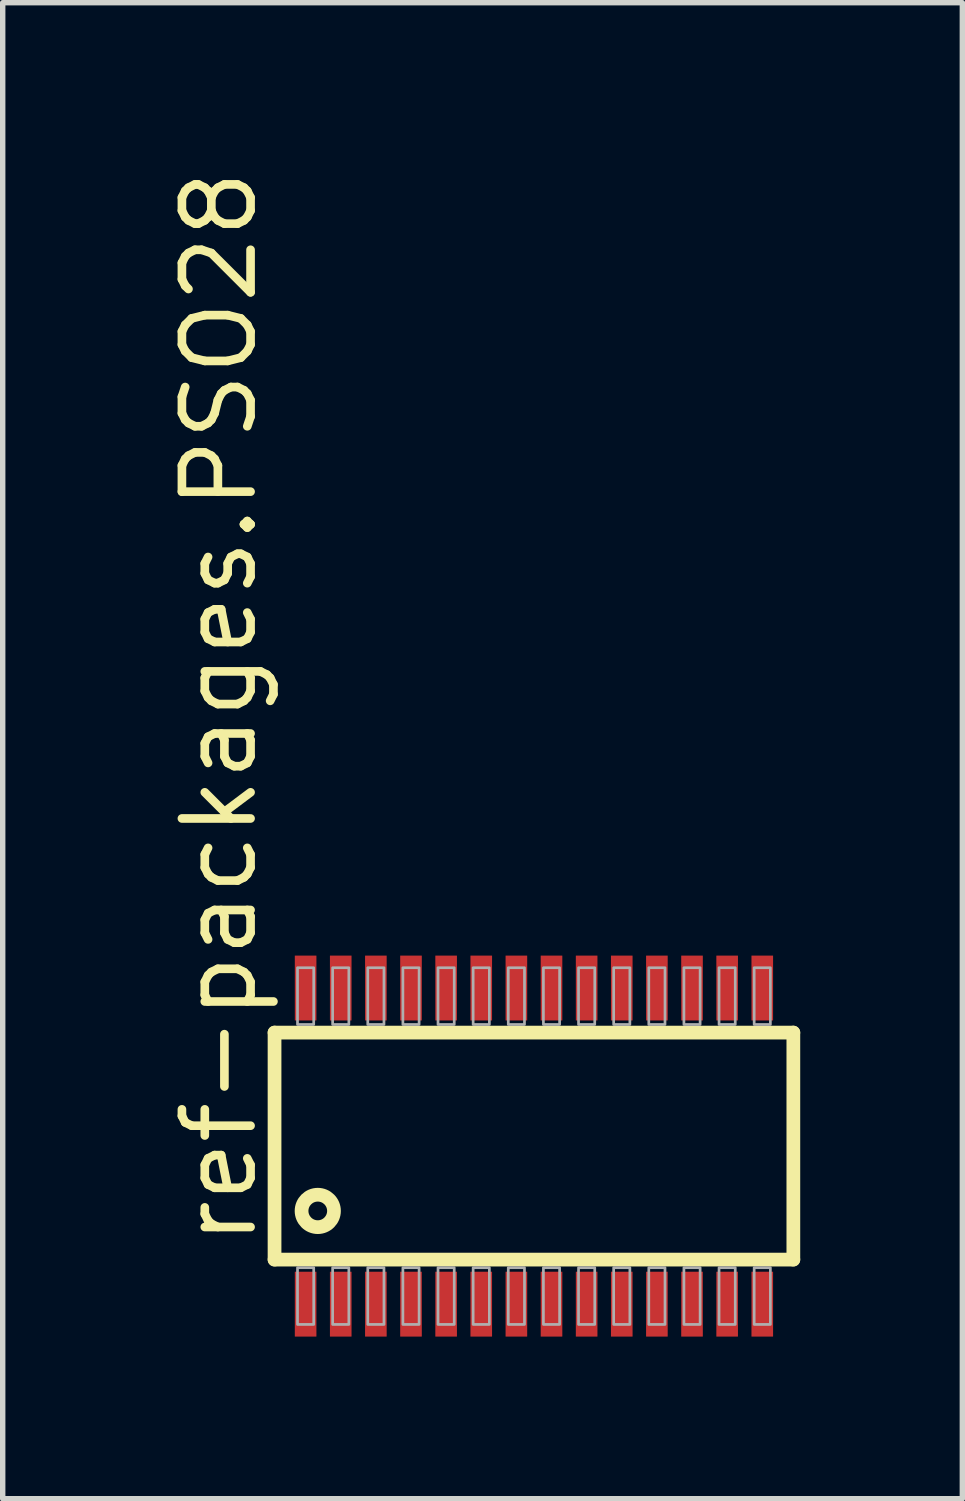
<source format=kicad_pcb>
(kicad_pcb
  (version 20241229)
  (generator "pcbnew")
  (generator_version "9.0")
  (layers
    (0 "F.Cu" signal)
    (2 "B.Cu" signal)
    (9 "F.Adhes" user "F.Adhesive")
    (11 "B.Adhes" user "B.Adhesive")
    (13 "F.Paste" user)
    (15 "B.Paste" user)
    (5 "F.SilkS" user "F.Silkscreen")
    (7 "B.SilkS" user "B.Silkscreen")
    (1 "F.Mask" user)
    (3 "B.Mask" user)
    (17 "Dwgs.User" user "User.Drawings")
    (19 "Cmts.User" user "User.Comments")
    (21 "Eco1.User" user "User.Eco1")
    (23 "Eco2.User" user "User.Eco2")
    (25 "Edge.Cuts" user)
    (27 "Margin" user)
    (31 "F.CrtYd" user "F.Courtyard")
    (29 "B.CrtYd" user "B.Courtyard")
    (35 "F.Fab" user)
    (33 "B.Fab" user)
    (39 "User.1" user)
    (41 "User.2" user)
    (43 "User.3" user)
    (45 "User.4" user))
  (footprint "ref-packages.PSO28"
    (layer "F.Cu")
    (at 6.83 18.157)
    (property "Reference" "ref-packages.PSO28" (at -5.08 1.905 90) (layer "F.SilkS") (effects (font (size 1.27 1.27) (thickness 0.16)) (justify left bottom)))
    (attr smd)
    (fp_line (start -4.8 -2.1) (end 4.8 -2.1) (stroke (width 0.254) (type default)) (layer "F.SilkS"))
    (fp_line (start -4.8 2.1) (end -4.8 -2.1) (stroke (width 0.254) (type default)) (layer "F.SilkS"))
    (fp_line (start 4.8 -2.1) (end 4.8 2.1) (stroke (width 0.254) (type default)) (layer "F.SilkS"))
    (fp_line (start 4.8 2.1) (end -4.8 2.1) (stroke (width 0.254) (type default)) (layer "F.SilkS"))
    (fp_circle (center -4 1.2) (end -3.7 1.2) (stroke (width 0.254) (type default)) (fill no) (layer "F.SilkS"))
    (fp_rect (start -4.375 -2.25) (end -4.075 -3.3) (stroke (width 0.05) (type default)) (fill no) (layer "F.Fab"))
    (fp_rect (start -4.375 3.3) (end -4.075 2.25) (stroke (width 0.05) (type default)) (fill no) (layer "F.Fab"))
    (fp_rect (start -3.725 -2.25) (end -3.425 -3.3) (stroke (width 0.05) (type default)) (fill no) (layer "F.Fab"))
    (fp_rect (start -3.725 3.3) (end -3.425 2.25) (stroke (width 0.05) (type default)) (fill no) (layer "F.Fab"))
    (fp_rect (start -3.075 -2.25) (end -2.775 -3.3) (stroke (width 0.05) (type default)) (fill no) (layer "F.Fab"))
    (fp_rect (start -3.075 3.3) (end -2.775 2.25) (stroke (width 0.05) (type default)) (fill no) (layer "F.Fab"))
    (fp_rect (start -2.425 -2.25) (end -2.125 -3.3) (stroke (width 0.05) (type default)) (fill no) (layer "F.Fab"))
    (fp_rect (start -2.425 3.3) (end -2.125 2.25) (stroke (width 0.05) (type default)) (fill no) (layer "F.Fab"))
    (fp_rect (start -1.775 -2.25) (end -1.475 -3.3) (stroke (width 0.05) (type default)) (fill no) (layer "F.Fab"))
    (fp_rect (start -1.775 3.3) (end -1.475 2.25) (stroke (width 0.05) (type default)) (fill no) (layer "F.Fab"))
    (fp_rect (start -1.125 -2.25) (end -0.825 -3.3) (stroke (width 0.05) (type default)) (fill no) (layer "F.Fab"))
    (fp_rect (start -1.125 3.3) (end -0.825 2.25) (stroke (width 0.05) (type default)) (fill no) (layer "F.Fab"))
    (fp_rect (start -0.475 -2.25) (end -0.175 -3.3) (stroke (width 0.05) (type default)) (fill no) (layer "F.Fab"))
    (fp_rect (start -0.475 3.3) (end -0.175 2.25) (stroke (width 0.05) (type default)) (fill no) (layer "F.Fab"))
    (fp_rect (start 0.175 -2.25) (end 0.475 -3.3) (stroke (width 0.05) (type default)) (fill no) (layer "F.Fab"))
    (fp_rect (start 0.175 3.3) (end 0.475 2.25) (stroke (width 0.05) (type default)) (fill no) (layer "F.Fab"))
    (fp_rect (start 0.825 -2.25) (end 1.125 -3.3) (stroke (width 0.05) (type default)) (fill no) (layer "F.Fab"))
    (fp_rect (start 0.825 3.3) (end 1.125 2.25) (stroke (width 0.05) (type default)) (fill no) (layer "F.Fab"))
    (fp_rect (start 1.475 -2.25) (end 1.775 -3.3) (stroke (width 0.05) (type default)) (fill no) (layer "F.Fab"))
    (fp_rect (start 1.475 3.3) (end 1.775 2.25) (stroke (width 0.05) (type default)) (fill no) (layer "F.Fab"))
    (fp_rect (start 2.125 -2.25) (end 2.425 -3.3) (stroke (width 0.05) (type default)) (fill no) (layer "F.Fab"))
    (fp_rect (start 2.125 3.3) (end 2.425 2.25) (stroke (width 0.05) (type default)) (fill no) (layer "F.Fab"))
    (fp_rect (start 2.775 -2.25) (end 3.075 -3.3) (stroke (width 0.05) (type default)) (fill no) (layer "F.Fab"))
    (fp_rect (start 2.775 3.3) (end 3.075 2.25) (stroke (width 0.05) (type default)) (fill no) (layer "F.Fab"))
    (fp_rect (start 3.425 -2.25) (end 3.725 -3.3) (stroke (width 0.05) (type default)) (fill no) (layer "F.Fab"))
    (fp_rect (start 3.425 3.3) (end 3.725 2.25) (stroke (width 0.05) (type default)) (fill no) (layer "F.Fab"))
    (fp_rect (start 4.075 -2.25) (end 4.375 -3.3) (stroke (width 0.05) (type default)) (fill no) (layer "F.Fab"))
    (fp_rect (start 4.075 3.3) (end 4.375 2.25) (stroke (width 0.05) (type default)) (fill no) (layer "F.Fab"))
    (pad "1" smd roundrect (at -4.225 2.925) (size 0.4 1.2) (layers "F.Cu" "F.Mask" "F.Paste") (roundrect_rratio 0.01))
    (pad "2" smd roundrect (at -3.575 2.925) (size 0.4 1.2) (layers "F.Cu" "F.Mask" "F.Paste") (roundrect_rratio 0.01))
    (pad "3" smd roundrect (at -2.925 2.925) (size 0.4 1.2) (layers "F.Cu" "F.Mask" "F.Paste") (roundrect_rratio 0.01))
    (pad "4" smd roundrect (at -2.275 2.925) (size 0.4 1.2) (layers "F.Cu" "F.Mask" "F.Paste") (roundrect_rratio 0.01))
    (pad "5" smd roundrect (at -1.625 2.925) (size 0.4 1.2) (layers "F.Cu" "F.Mask" "F.Paste") (roundrect_rratio 0.01))
    (pad "6" smd roundrect (at -0.975 2.925) (size 0.4 1.2) (layers "F.Cu" "F.Mask" "F.Paste") (roundrect_rratio 0.01))
    (pad "7" smd roundrect (at -0.325 2.925) (size 0.4 1.2) (layers "F.Cu" "F.Mask" "F.Paste") (roundrect_rratio 0.01))
    (pad "8" smd roundrect (at 0.325 2.925) (size 0.4 1.2) (layers "F.Cu" "F.Mask" "F.Paste") (roundrect_rratio 0.01))
    (pad "9" smd roundrect (at 0.975 2.925) (size 0.4 1.2) (layers "F.Cu" "F.Mask" "F.Paste") (roundrect_rratio 0.01))
    (pad "10" smd roundrect (at 1.625 2.925) (size 0.4 1.2) (layers "F.Cu" "F.Mask" "F.Paste") (roundrect_rratio 0.01))
    (pad "11" smd roundrect (at 2.275 2.925) (size 0.4 1.2) (layers "F.Cu" "F.Mask" "F.Paste") (roundrect_rratio 0.01))
    (pad "12" smd roundrect (at 2.925 2.925) (size 0.4 1.2) (layers "F.Cu" "F.Mask" "F.Paste") (roundrect_rratio 0.01))
    (pad "13" smd roundrect (at 3.575 2.925) (size 0.4 1.2) (layers "F.Cu" "F.Mask" "F.Paste") (roundrect_rratio 0.01))
    (pad "14" smd roundrect (at 4.225 2.925) (size 0.4 1.2) (layers "F.Cu" "F.Mask" "F.Paste") (roundrect_rratio 0.01))
    (pad "15" smd roundrect (at 4.225 -2.925) (size 0.4 1.2) (layers "F.Cu" "F.Mask" "F.Paste") (roundrect_rratio 0.01))
    (pad "16" smd roundrect (at 3.575 -2.925) (size 0.4 1.2) (layers "F.Cu" "F.Mask" "F.Paste") (roundrect_rratio 0.01))
    (pad "17" smd roundrect (at 2.925 -2.925) (size 0.4 1.2) (layers "F.Cu" "F.Mask" "F.Paste") (roundrect_rratio 0.01))
    (pad "18" smd roundrect (at 2.275 -2.925) (size 0.4 1.2) (layers "F.Cu" "F.Mask" "F.Paste") (roundrect_rratio 0.01))
    (pad "19" smd roundrect (at 1.625 -2.925) (size 0.4 1.2) (layers "F.Cu" "F.Mask" "F.Paste") (roundrect_rratio 0.01))
    (pad "20" smd roundrect (at 0.975 -2.925) (size 0.4 1.2) (layers "F.Cu" "F.Mask" "F.Paste") (roundrect_rratio 0.01))
    (pad "21" smd roundrect (at 0.325 -2.925) (size 0.4 1.2) (layers "F.Cu" "F.Mask" "F.Paste") (roundrect_rratio 0.01))
    (pad "22" smd roundrect (at -0.325 -2.925) (size 0.4 1.2) (layers "F.Cu" "F.Mask" "F.Paste") (roundrect_rratio 0.01))
    (pad "23" smd roundrect (at -0.975 -2.925) (size 0.4 1.2) (layers "F.Cu" "F.Mask" "F.Paste") (roundrect_rratio 0.01))
    (pad "24" smd roundrect (at -1.625 -2.925) (size 0.4 1.2) (layers "F.Cu" "F.Mask" "F.Paste") (roundrect_rratio 0.01))
    (pad "25" smd roundrect (at -2.275 -2.925) (size 0.4 1.2) (layers "F.Cu" "F.Mask" "F.Paste") (roundrect_rratio 0.01))
    (pad "26" smd roundrect (at -2.925 -2.925) (size 0.4 1.2) (layers "F.Cu" "F.Mask" "F.Paste") (roundrect_rratio 0.01))
    (pad "27" smd roundrect (at -3.575 -2.925) (size 0.4 1.2) (layers "F.Cu" "F.Mask" "F.Paste") (roundrect_rratio 0.01))
    (pad "28" smd roundrect (at -4.225 -2.925) (size 0.4 1.2) (layers "F.Cu" "F.Mask" "F.Paste") (roundrect_rratio 0.01)))
  (gr_rect
    (start -3 -3)
    (end 14.757 24.682)
    (stroke (width 0.1) (type default))
    (fill no)
    (layer "Edge.Cuts")))
</source>
